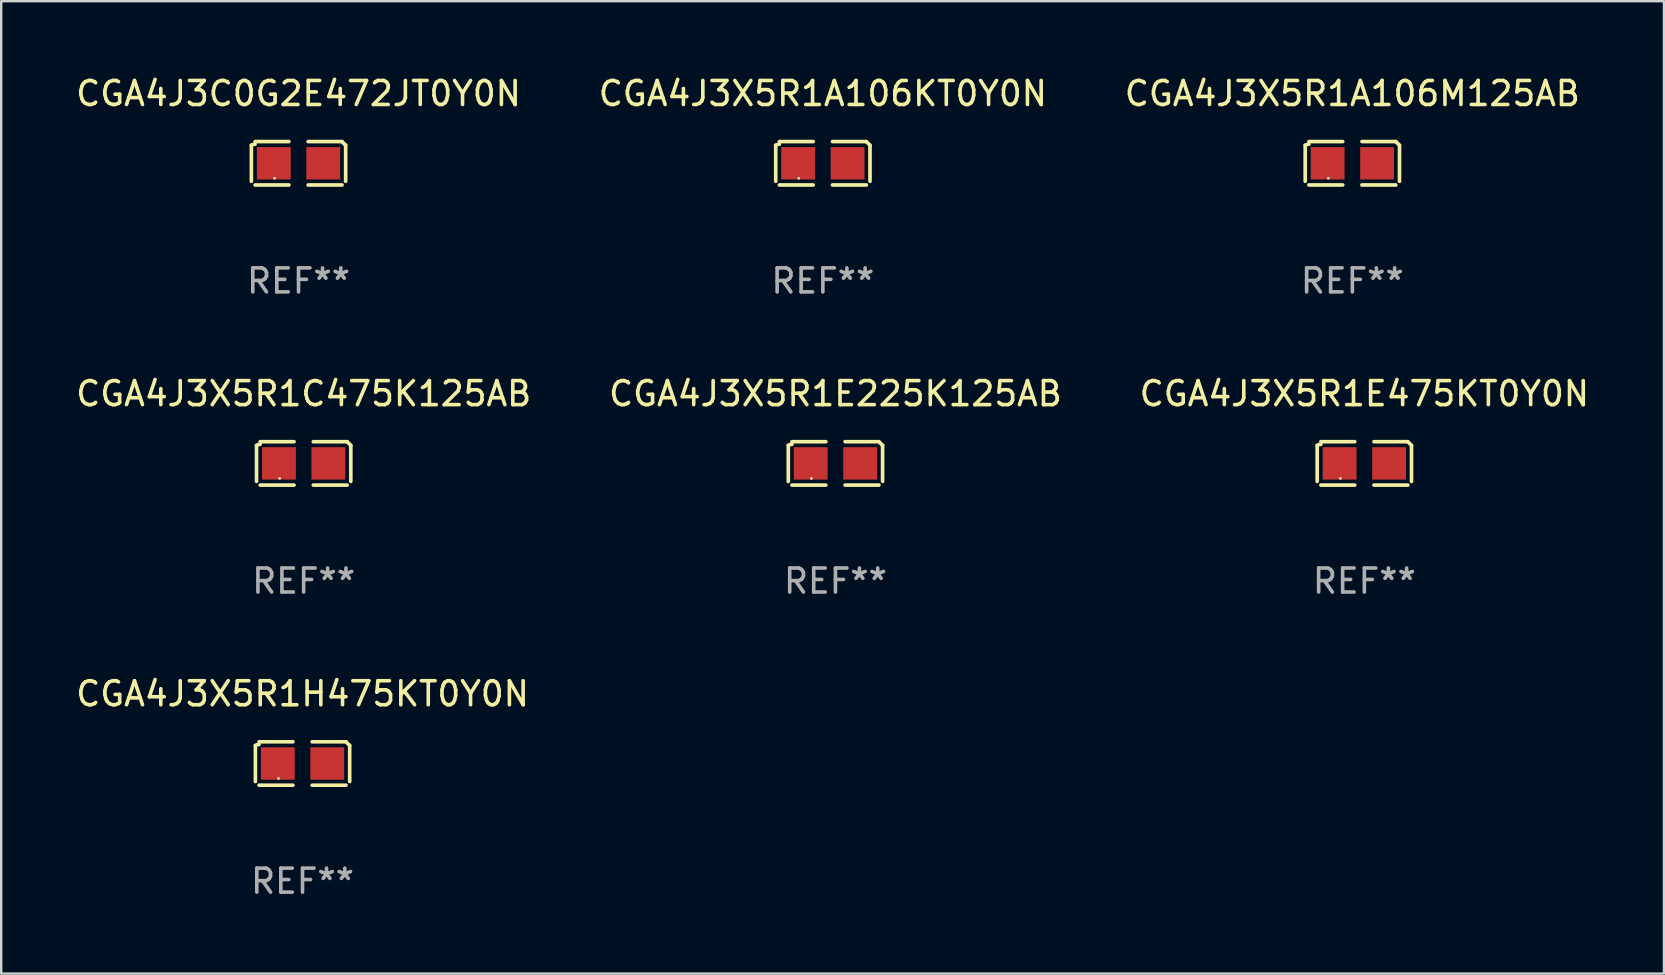
<source format=kicad_pcb>
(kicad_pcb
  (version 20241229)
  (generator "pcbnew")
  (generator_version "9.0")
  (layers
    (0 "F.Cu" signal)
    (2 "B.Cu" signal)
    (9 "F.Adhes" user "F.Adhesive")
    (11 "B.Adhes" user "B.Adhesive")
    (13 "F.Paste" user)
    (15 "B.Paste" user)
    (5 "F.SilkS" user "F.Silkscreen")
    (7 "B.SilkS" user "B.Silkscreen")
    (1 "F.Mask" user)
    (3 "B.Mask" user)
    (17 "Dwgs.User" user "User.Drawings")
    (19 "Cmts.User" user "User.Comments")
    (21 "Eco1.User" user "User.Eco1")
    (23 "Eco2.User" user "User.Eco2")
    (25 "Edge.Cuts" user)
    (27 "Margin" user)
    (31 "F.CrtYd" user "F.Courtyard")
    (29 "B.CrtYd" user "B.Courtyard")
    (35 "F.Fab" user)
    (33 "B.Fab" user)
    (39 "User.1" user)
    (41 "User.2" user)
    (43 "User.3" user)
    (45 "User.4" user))
  (footprint "CGA4J3X5R1E225K125AB"
    (layer "F.Cu")
    (at 31.756 16.256)
    (property "Reference" "CGA4J3X5R1E225K125AB" (at 0 -2.904 0) (layer "F.SilkS") (effects (font (size 1 1) (thickness 0.15))))
    (attr through_hole)
    (fp_line (start -1.964 0.751) (end -1.964 -0.751) (stroke (width 0.152) (type solid)) (layer "F.SilkS"))
    (fp_line (start -1.811 -0.904) (end -0.401 -0.904) (stroke (width 0.152) (type solid)) (layer "F.SilkS"))
    (fp_line (start -0.401 0.904) (end -1.811 0.904) (stroke (width 0.152) (type solid)) (layer "F.SilkS"))
    (fp_line (start 0.401 0.904) (end 1.811 0.904) (stroke (width 0.152) (type solid)) (layer "F.SilkS"))
    (fp_line (start 1.811 -0.904) (end 0.401 -0.904) (stroke (width 0.152) (type solid)) (layer "F.SilkS"))
    (fp_line (start 1.964 0.751) (end 1.964 -0.751) (stroke (width 0.152) (type solid)) (layer "F.SilkS"))
    (fp_arc (start -1.963602 -0.751207) (mid -1.890354 -0.783131) (end -1.811201 -0.794044) (stroke (width 0.1524) (type solid)) (layer "F.SilkS"))
    (fp_arc (start 1.811202 -0.903607) (mid 1.887413 -0.827418) (end 1.963602 -0.751207) (stroke (width 0.1524) (type solid)) (layer "F.SilkS"))
    (fp_circle (center -1 0.625) (end -0.97 0.625) (stroke (width 0.06) (type solid)) (fill no) (layer "F.SilkS"))
    (fp_text user "REF**" (at 0 4.904 0) (layer "F.Fab") (effects (font (size 1 1) (thickness 0.15))))
    (pad "1" smd rect (at -1.03 0) (size 1.41 1.35) (layers "F.Cu" "F.Mask" "F.Paste"))
    (pad "2" smd rect (at 1.03 0) (size 1.41 1.35) (layers "F.Cu" "F.Mask" "F.Paste")))
  (footprint "CGA4J3X5R1A106KT0Y0N"
    (layer "F.Cu")
    (at 31.232 3.752)
    (property "Reference" "CGA4J3X5R1A106KT0Y0N" (at 0 -2.904 0) (layer "F.SilkS") (effects (font (size 1 1) (thickness 0.15))))
    (attr through_hole)
    (fp_line (start -1.964 0.751) (end -1.964 -0.751) (stroke (width 0.152) (type solid)) (layer "F.SilkS"))
    (fp_line (start -1.811 -0.904) (end -0.401 -0.904) (stroke (width 0.152) (type solid)) (layer "F.SilkS"))
    (fp_line (start -0.401 0.904) (end -1.811 0.904) (stroke (width 0.152) (type solid)) (layer "F.SilkS"))
    (fp_line (start 0.401 0.904) (end 1.811 0.904) (stroke (width 0.152) (type solid)) (layer "F.SilkS"))
    (fp_line (start 1.811 -0.904) (end 0.401 -0.904) (stroke (width 0.152) (type solid)) (layer "F.SilkS"))
    (fp_line (start 1.964 0.751) (end 1.964 -0.751) (stroke (width 0.152) (type solid)) (layer "F.SilkS"))
    (fp_arc (start -1.963602 -0.751207) (mid -1.890354 -0.783131) (end -1.811201 -0.794044) (stroke (width 0.1524) (type solid)) (layer "F.SilkS"))
    (fp_arc (start 1.811202 -0.903607) (mid 1.887413 -0.827418) (end 1.963602 -0.751207) (stroke (width 0.1524) (type solid)) (layer "F.SilkS"))
    (fp_circle (center -1 0.625) (end -0.97 0.625) (stroke (width 0.06) (type solid)) (fill no) (layer "F.SilkS"))
    (fp_text user "REF**" (at 0 4.904 0) (layer "F.Fab") (effects (font (size 1 1) (thickness 0.15))))
    (pad "1" smd rect (at -1.03 0) (size 1.41 1.35) (layers "F.Cu" "F.Mask" "F.Paste"))
    (pad "2" smd rect (at 1.03 0) (size 1.41 1.35) (layers "F.Cu" "F.Mask" "F.Paste")))
  (footprint "CGA4J3X5R1A106M125AB"
    (layer "F.Cu")
    (at 53.292 3.752)
    (property "Reference" "CGA4J3X5R1A106M125AB" (at 0 -2.904 0) (layer "F.SilkS") (effects (font (size 1 1) (thickness 0.15))))
    (attr through_hole)
    (fp_line (start -1.964 0.751) (end -1.964 -0.751) (stroke (width 0.152) (type solid)) (layer "F.SilkS"))
    (fp_line (start -1.811 -0.904) (end -0.401 -0.904) (stroke (width 0.152) (type solid)) (layer "F.SilkS"))
    (fp_line (start -0.401 0.904) (end -1.811 0.904) (stroke (width 0.152) (type solid)) (layer "F.SilkS"))
    (fp_line (start 0.401 0.904) (end 1.811 0.904) (stroke (width 0.152) (type solid)) (layer "F.SilkS"))
    (fp_line (start 1.811 -0.904) (end 0.401 -0.904) (stroke (width 0.152) (type solid)) (layer "F.SilkS"))
    (fp_line (start 1.964 0.751) (end 1.964 -0.751) (stroke (width 0.152) (type solid)) (layer "F.SilkS"))
    (fp_arc (start -1.963602 -0.751207) (mid -1.890354 -0.783131) (end -1.811201 -0.794044) (stroke (width 0.1524) (type solid)) (layer "F.SilkS"))
    (fp_arc (start 1.811202 -0.903607) (mid 1.887413 -0.827418) (end 1.963602 -0.751207) (stroke (width 0.1524) (type solid)) (layer "F.SilkS"))
    (fp_circle (center -1 0.625) (end -0.97 0.625) (stroke (width 0.06) (type solid)) (fill no) (layer "F.SilkS"))
    (fp_text user "REF**" (at 0 4.904 0) (layer "F.Fab") (effects (font (size 1 1) (thickness 0.15))))
    (pad "1" smd rect (at -1.03 0) (size 1.41 1.35) (layers "F.Cu" "F.Mask" "F.Paste"))
    (pad "2" smd rect (at 1.03 0) (size 1.41 1.35) (layers "F.Cu" "F.Mask" "F.Paste")))
  (footprint "CGA4J3X5R1C475K125AB"
    (layer "F.Cu")
    (at 9.601 16.256)
    (property "Reference" "CGA4J3X5R1C475K125AB" (at 0 -2.904 0) (layer "F.SilkS") (effects (font (size 1 1) (thickness 0.15))))
    (attr through_hole)
    (fp_line (start -1.964 0.751) (end -1.964 -0.751) (stroke (width 0.152) (type solid)) (layer "F.SilkS"))
    (fp_line (start -1.811 -0.904) (end -0.401 -0.904) (stroke (width 0.152) (type solid)) (layer "F.SilkS"))
    (fp_line (start -0.401 0.904) (end -1.811 0.904) (stroke (width 0.152) (type solid)) (layer "F.SilkS"))
    (fp_line (start 0.401 0.904) (end 1.811 0.904) (stroke (width 0.152) (type solid)) (layer "F.SilkS"))
    (fp_line (start 1.811 -0.904) (end 0.401 -0.904) (stroke (width 0.152) (type solid)) (layer "F.SilkS"))
    (fp_line (start 1.964 0.751) (end 1.964 -0.751) (stroke (width 0.152) (type solid)) (layer "F.SilkS"))
    (fp_arc (start -1.963602 -0.751207) (mid -1.890354 -0.783131) (end -1.811201 -0.794044) (stroke (width 0.1524) (type solid)) (layer "F.SilkS"))
    (fp_arc (start 1.811202 -0.903607) (mid 1.887413 -0.827418) (end 1.963602 -0.751207) (stroke (width 0.1524) (type solid)) (layer "F.SilkS"))
    (fp_circle (center -1 0.625) (end -0.97 0.625) (stroke (width 0.06) (type solid)) (fill no) (layer "F.SilkS"))
    (fp_text user "REF**" (at 0 4.904 0) (layer "F.Fab") (effects (font (size 1 1) (thickness 0.15))))
    (pad "1" smd rect (at -1.03 0) (size 1.41 1.35) (layers "F.Cu" "F.Mask" "F.Paste"))
    (pad "2" smd rect (at 1.03 0) (size 1.41 1.35) (layers "F.Cu" "F.Mask" "F.Paste")))
  (footprint "CGA4J3X5R1E475KT0Y0N"
    (layer "F.Cu")
    (at 53.792 16.256)
    (property "Reference" "CGA4J3X5R1E475KT0Y0N" (at 0 -2.904 0) (layer "F.SilkS") (effects (font (size 1 1) (thickness 0.15))))
    (attr through_hole)
    (fp_line (start -1.964 0.751) (end -1.964 -0.751) (stroke (width 0.152) (type solid)) (layer "F.SilkS"))
    (fp_line (start -1.811 -0.904) (end -0.401 -0.904) (stroke (width 0.152) (type solid)) (layer "F.SilkS"))
    (fp_line (start -0.401 0.904) (end -1.811 0.904) (stroke (width 0.152) (type solid)) (layer "F.SilkS"))
    (fp_line (start 0.401 0.904) (end 1.811 0.904) (stroke (width 0.152) (type solid)) (layer "F.SilkS"))
    (fp_line (start 1.811 -0.904) (end 0.401 -0.904) (stroke (width 0.152) (type solid)) (layer "F.SilkS"))
    (fp_line (start 1.964 0.751) (end 1.964 -0.751) (stroke (width 0.152) (type solid)) (layer "F.SilkS"))
    (fp_arc (start -1.963602 -0.751207) (mid -1.890354 -0.783131) (end -1.811201 -0.794044) (stroke (width 0.1524) (type solid)) (layer "F.SilkS"))
    (fp_arc (start 1.811202 -0.903607) (mid 1.887413 -0.827418) (end 1.963602 -0.751207) (stroke (width 0.1524) (type solid)) (layer "F.SilkS"))
    (fp_circle (center -1 0.625) (end -0.97 0.625) (stroke (width 0.06) (type solid)) (fill no) (layer "F.SilkS"))
    (fp_text user "REF**" (at 0 4.904 0) (layer "F.Fab") (effects (font (size 1 1) (thickness 0.15))))
    (pad "1" smd rect (at -1.03 0) (size 1.41 1.35) (layers "F.Cu" "F.Mask" "F.Paste"))
    (pad "2" smd rect (at 1.03 0) (size 1.41 1.35) (layers "F.Cu" "F.Mask" "F.Paste")))
  (footprint "CGA4J3X5R1H475KT0Y0N"
    (layer "F.Cu")
    (at 9.554 28.759)
    (property "Reference" "CGA4J3X5R1H475KT0Y0N" (at 0 -2.904 0) (layer "F.SilkS") (effects (font (size 1 1) (thickness 0.15))))
    (attr through_hole)
    (fp_line (start -1.964 0.751) (end -1.964 -0.751) (stroke (width 0.152) (type solid)) (layer "F.SilkS"))
    (fp_line (start -1.811 -0.904) (end -0.401 -0.904) (stroke (width 0.152) (type solid)) (layer "F.SilkS"))
    (fp_line (start -0.401 0.904) (end -1.811 0.904) (stroke (width 0.152) (type solid)) (layer "F.SilkS"))
    (fp_line (start 0.401 0.904) (end 1.811 0.904) (stroke (width 0.152) (type solid)) (layer "F.SilkS"))
    (fp_line (start 1.811 -0.904) (end 0.401 -0.904) (stroke (width 0.152) (type solid)) (layer "F.SilkS"))
    (fp_line (start 1.964 0.751) (end 1.964 -0.751) (stroke (width 0.152) (type solid)) (layer "F.SilkS"))
    (fp_arc (start -1.963602 -0.751207) (mid -1.890354 -0.783131) (end -1.811201 -0.794044) (stroke (width 0.1524) (type solid)) (layer "F.SilkS"))
    (fp_arc (start 1.811202 -0.903607) (mid 1.887413 -0.827418) (end 1.963602 -0.751207) (stroke (width 0.1524) (type solid)) (layer "F.SilkS"))
    (fp_circle (center -1 0.625) (end -0.97 0.625) (stroke (width 0.06) (type solid)) (fill no) (layer "F.SilkS"))
    (fp_text user "REF**" (at 0 4.904 0) (layer "F.Fab") (effects (font (size 1 1) (thickness 0.15))))
    (pad "1" smd rect (at -1.03 0) (size 1.41 1.35) (layers "F.Cu" "F.Mask" "F.Paste"))
    (pad "2" smd rect (at 1.03 0) (size 1.41 1.35) (layers "F.Cu" "F.Mask" "F.Paste")))
  (footprint "CGA4J3C0G2E472JT0Y0N"
    (layer "F.Cu")
    (at 9.387 3.752)
    (property "Reference" "CGA4J3C0G2E472JT0Y0N" (at 0 -2.904 0) (layer "F.SilkS") (effects (font (size 1 1) (thickness 0.15))))
    (attr through_hole)
    (fp_line (start -1.964 0.751) (end -1.964 -0.751) (stroke (width 0.152) (type solid)) (layer "F.SilkS"))
    (fp_line (start -1.811 -0.904) (end -0.401 -0.904) (stroke (width 0.152) (type solid)) (layer "F.SilkS"))
    (fp_line (start -0.401 0.904) (end -1.811 0.904) (stroke (width 0.152) (type solid)) (layer "F.SilkS"))
    (fp_line (start 0.401 0.904) (end 1.811 0.904) (stroke (width 0.152) (type solid)) (layer "F.SilkS"))
    (fp_line (start 1.811 -0.904) (end 0.401 -0.904) (stroke (width 0.152) (type solid)) (layer "F.SilkS"))
    (fp_line (start 1.964 0.751) (end 1.964 -0.751) (stroke (width 0.152) (type solid)) (layer "F.SilkS"))
    (fp_arc (start -1.963602 -0.751207) (mid -1.890354 -0.783131) (end -1.811201 -0.794044) (stroke (width 0.1524) (type solid)) (layer "F.SilkS"))
    (fp_arc (start 1.811202 -0.903607) (mid 1.887413 -0.827418) (end 1.963602 -0.751207) (stroke (width 0.1524) (type solid)) (layer "F.SilkS"))
    (fp_circle (center -1 0.625) (end -0.97 0.625) (stroke (width 0.06) (type solid)) (fill no) (layer "F.SilkS"))
    (fp_text user "REF**" (at 0 4.904 0) (layer "F.Fab") (effects (font (size 1 1) (thickness 0.15))))
    (pad "1" smd rect (at -1.03 0) (size 1.41 1.35) (layers "F.Cu" "F.Mask" "F.Paste"))
    (pad "2" smd rect (at 1.03 0) (size 1.41 1.35) (layers "F.Cu" "F.Mask" "F.Paste")))
  (gr_rect
    (start -3 -3)
    (end 66.274 37.511)
    (stroke (width 0.1) (type default))
    (fill no)
    (layer "Edge.Cuts")))
</source>
